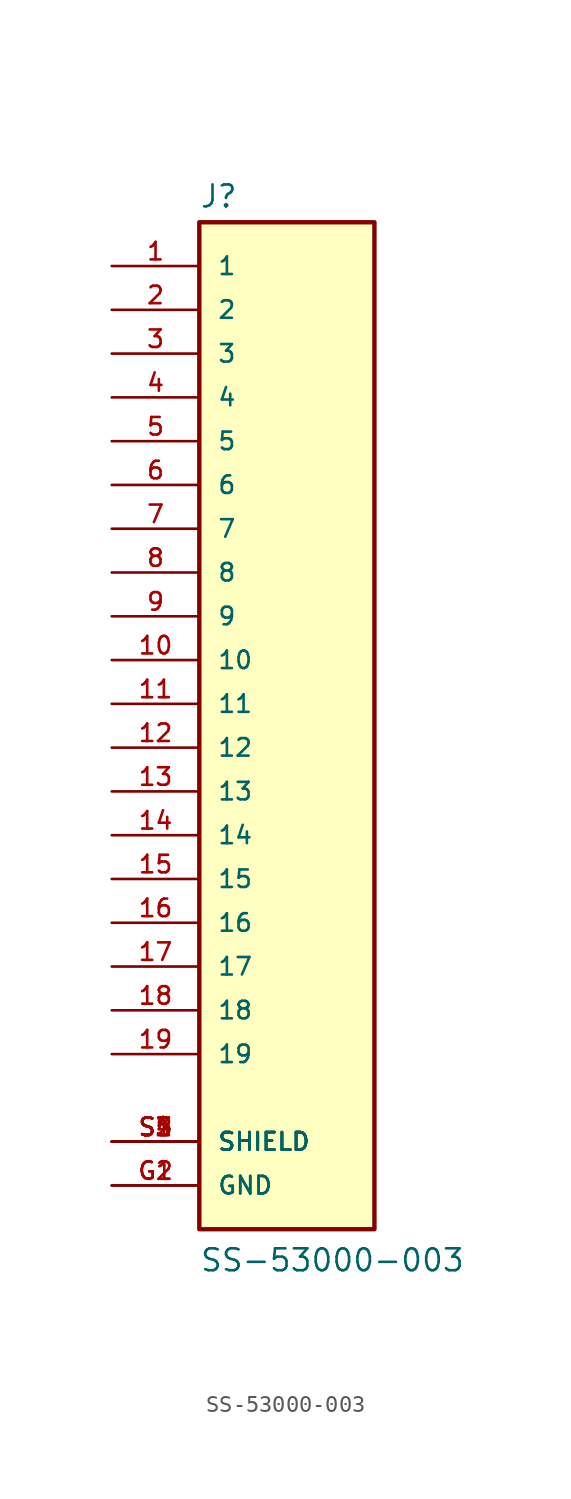
<source format=kicad_sym>
(kicad_symbol_lib
  (version 20211014)
  (generator kicad_symbol_editor)
  (symbol "SS-53000-003"
    (pin_names
      (offset 1.016))
    (property "Reference" "J"
      (at -5.08 28.702 0)
      (effects (font (size 1.27 1.27)) (justify bottom left)))
    (property "Value" "SS-53000-003"
      (at -5.08 -33.02 0)
      (effects (font (size 1.27 1.27)) (justify bottom left)))
    (symbol "SS-53000-003_0_0"
      (rectangle (start -5.08 -30.48) (end 5.08 27.94) (stroke (width 0.254)) (fill (type background)))
      (pin passive line (at -10.16 25.4 0) (length 5.08) (name "1" (effects (font (size 1.016 1.016)))) (number "1" (effects (font (size 1.016 1.016)))))
      (pin passive line (at -10.16 22.86 0) (length 5.08) (name "2" (effects (font (size 1.016 1.016)))) (number "2" (effects (font (size 1.016 1.016)))))
      (pin passive line (at -10.16 20.32 0) (length 5.08) (name "3" (effects (font (size 1.016 1.016)))) (number "3" (effects (font (size 1.016 1.016)))))
      (pin passive line (at -10.16 17.78 0) (length 5.08) (name "4" (effects (font (size 1.016 1.016)))) (number "4" (effects (font (size 1.016 1.016)))))
      (pin passive line (at -10.16 15.24 0) (length 5.08) (name "5" (effects (font (size 1.016 1.016)))) (number "5" (effects (font (size 1.016 1.016)))))
      (pin passive line (at -10.16 12.7 0) (length 5.08) (name "6" (effects (font (size 1.016 1.016)))) (number "6" (effects (font (size 1.016 1.016)))))
      (pin passive line (at -10.16 10.16 0) (length 5.08) (name "7" (effects (font (size 1.016 1.016)))) (number "7" (effects (font (size 1.016 1.016)))))
      (pin passive line (at -10.16 7.62 0) (length 5.08) (name "8" (effects (font (size 1.016 1.016)))) (number "8" (effects (font (size 1.016 1.016)))))
      (pin passive line (at -10.16 5.08 0) (length 5.08) (name "9" (effects (font (size 1.016 1.016)))) (number "9" (effects (font (size 1.016 1.016)))))
      (pin passive line (at -10.16 2.54 0) (length 5.08) (name "10" (effects (font (size 1.016 1.016)))) (number "10" (effects (font (size 1.016 1.016)))))
      (pin passive line (at -10.16 0.0 0) (length 5.08) (name "11" (effects (font (size 1.016 1.016)))) (number "11" (effects (font (size 1.016 1.016)))))
      (pin passive line (at -10.16 -2.54 0) (length 5.08) (name "12" (effects (font (size 1.016 1.016)))) (number "12" (effects (font (size 1.016 1.016)))))
      (pin passive line (at -10.16 -5.08 0) (length 5.08) (name "13" (effects (font (size 1.016 1.016)))) (number "13" (effects (font (size 1.016 1.016)))))
      (pin passive line (at -10.16 -7.62 0) (length 5.08) (name "14" (effects (font (size 1.016 1.016)))) (number "14" (effects (font (size 1.016 1.016)))))
      (pin passive line (at -10.16 -10.16 0) (length 5.08) (name "15" (effects (font (size 1.016 1.016)))) (number "15" (effects (font (size 1.016 1.016)))))
      (pin passive line (at -10.16 -12.7 0) (length 5.08) (name "16" (effects (font (size 1.016 1.016)))) (number "16" (effects (font (size 1.016 1.016)))))
      (pin passive line (at -10.16 -15.24 0) (length 5.08) (name "17" (effects (font (size 1.016 1.016)))) (number "17" (effects (font (size 1.016 1.016)))))
      (pin passive line (at -10.16 -17.78 0) (length 5.08) (name "18" (effects (font (size 1.016 1.016)))) (number "18" (effects (font (size 1.016 1.016)))))
      (pin passive line (at -10.16 -20.32 0) (length 5.08) (name "19" (effects (font (size 1.016 1.016)))) (number "19" (effects (font (size 1.016 1.016)))))
      (pin passive line (at -10.16 -25.4 0) (length 5.08) (name "SHIELD" (effects (font (size 1.016 1.016)))) (number "S1" (effects (font (size 1.016 1.016)))))
      (pin passive line (at -10.16 -25.4 0) (length 5.08) (name "SHIELD" (effects (font (size 1.016 1.016)))) (number "S2" (effects (font (size 1.016 1.016)))))
      (pin passive line (at -10.16 -25.4 0) (length 5.08) (name "SHIELD" (effects (font (size 1.016 1.016)))) (number "S3" (effects (font (size 1.016 1.016)))))
      (pin passive line (at -10.16 -25.4 0) (length 5.08) (name "SHIELD" (effects (font (size 1.016 1.016)))) (number "S4" (effects (font (size 1.016 1.016)))))
      (pin passive line (at -10.16 -25.4 0) (length 5.08) (name "SHIELD" (effects (font (size 1.016 1.016)))) (number "S5" (effects (font (size 1.016 1.016)))))
      (pin power_in line (at -10.16 -27.94 0) (length 5.08) (name "GND" (effects (font (size 1.016 1.016)))) (number "G1" (effects (font (size 1.016 1.016)))))
      (pin power_in line (at -10.16 -27.94 0) (length 5.08) (name "GND" (effects (font (size 1.016 1.016)))) (number "G2" (effects (font (size 1.016 1.016))))))))
</source>
